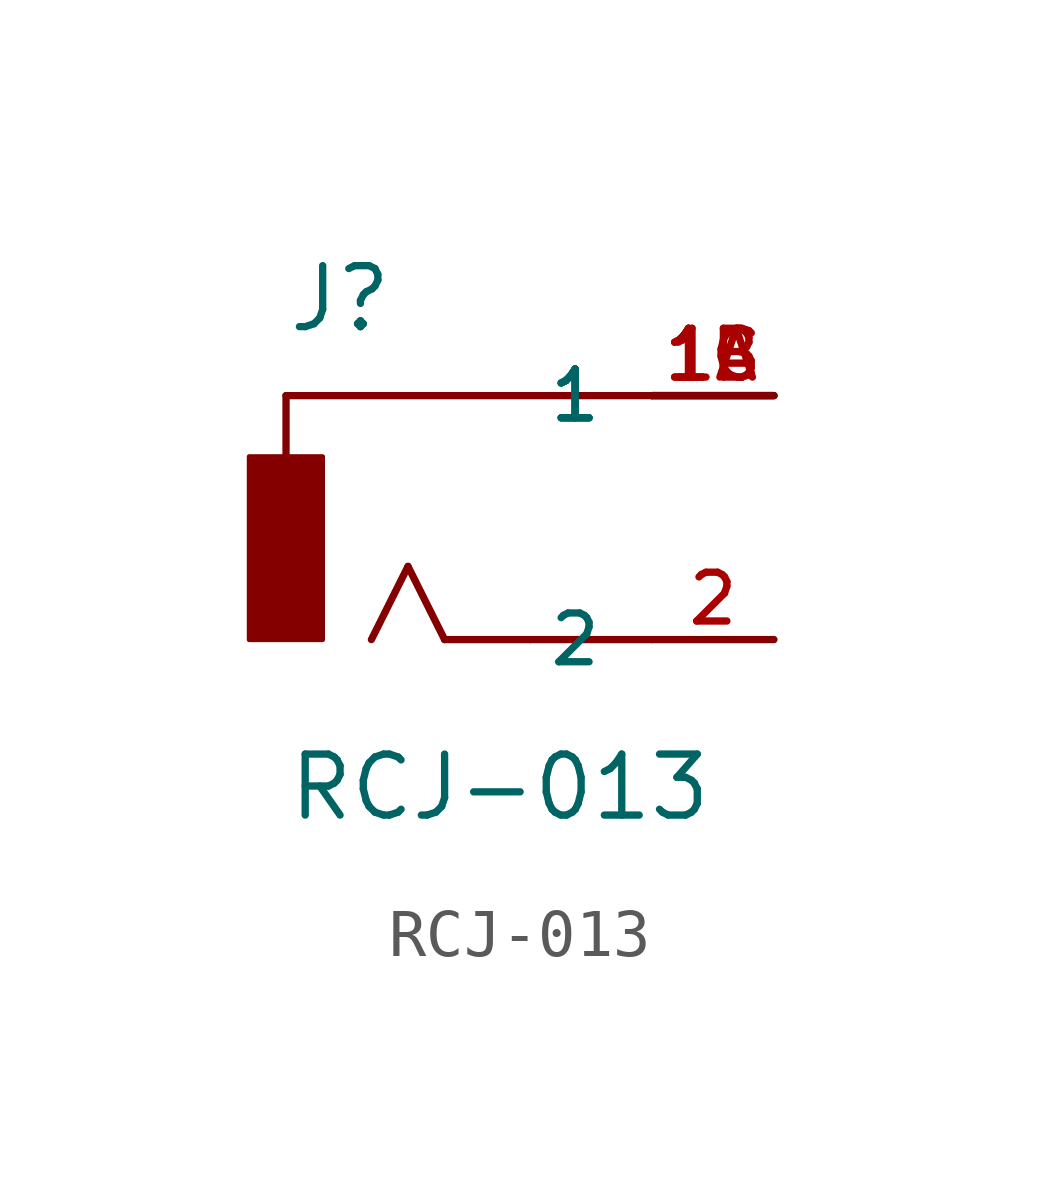
<source format=kicad_sym>
(kicad_symbol_lib
  (version 20211014)
  (generator kicad_symbol_editor)
  (symbol "RCJ-013"
    (pin_names
      (offset 1.016))
    (property "Reference" "J"
      (at -2.542 3.813 0)
      (effects (font (size 1.27 1.27)) (justify bottom left)))
    (property "Value" "RCJ-013"
      (at -2.543 -6.358 0)
      (effects (font (size 1.27 1.27)) (justify bottom left)))
    (symbol "RCJ-013_0_0"
      (polyline (pts (xy 5.08 2.54) (xy -2.54 2.54)) (stroke (width 0.152)))
      (polyline (pts (xy -2.54 2.54) (xy -2.54 1.27)) (stroke (width 0.152)))
      (polyline (pts (xy 5.08 -2.54) (xy 2.54 -2.54)) (stroke (width 0.152)))
      (polyline (pts (xy 2.54 -2.54) (xy 0.762 -2.54)) (stroke (width 0.152)))
      (polyline (pts (xy 0.762 -2.54) (xy 0.0 -1.016)) (stroke (width 0.152)))
      (polyline (pts (xy 0.0 -1.016) (xy -0.762 -2.54)) (stroke (width 0.152)))
      (rectangle (start -3.307 -2.544) (end -1.778 1.27) (stroke (width 0.1)) (fill (type outline)))
      (pin passive line (at 7.62 2.54 180.0) (length 2.54) (name "1" (effects (font (size 1.016 1.016)))) (number "1A" (effects (font (size 1.016 1.016)))))
      (pin passive line (at 7.62 2.54 180.0) (length 2.54) (name "1" (effects (font (size 1.016 1.016)))) (number "1B" (effects (font (size 1.016 1.016)))))
      (pin passive line (at 7.62 2.54 180.0) (length 2.54) (name "1" (effects (font (size 1.016 1.016)))) (number "1C" (effects (font (size 1.016 1.016)))))
      (pin passive line (at 7.62 -2.54 180.0) (length 2.54) (name "2" (effects (font (size 1.016 1.016)))) (number "2" (effects (font (size 1.016 1.016))))))))
</source>
